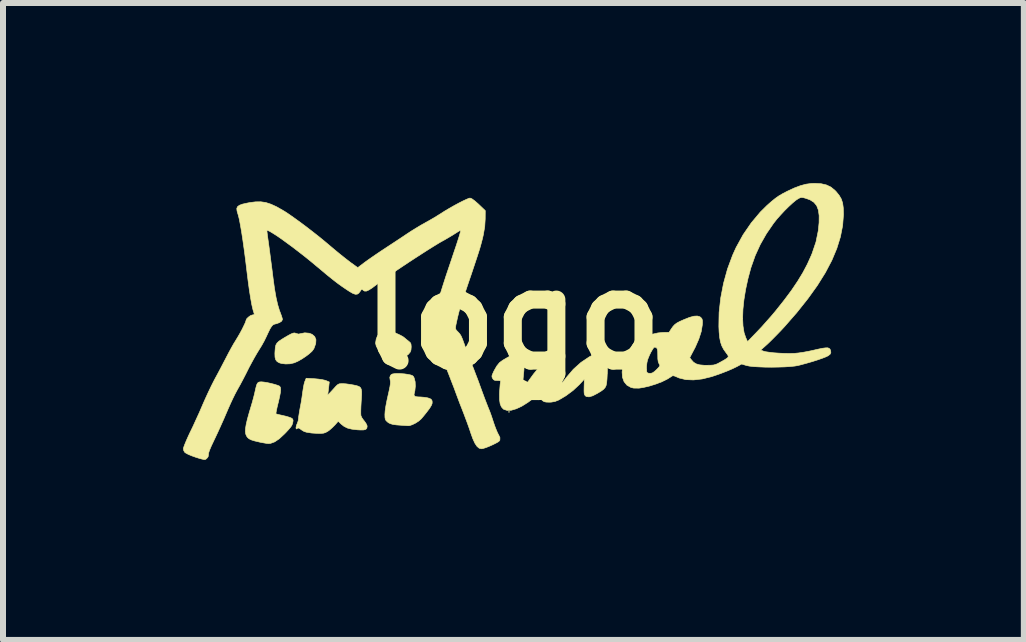
<source format=kicad_pcb>
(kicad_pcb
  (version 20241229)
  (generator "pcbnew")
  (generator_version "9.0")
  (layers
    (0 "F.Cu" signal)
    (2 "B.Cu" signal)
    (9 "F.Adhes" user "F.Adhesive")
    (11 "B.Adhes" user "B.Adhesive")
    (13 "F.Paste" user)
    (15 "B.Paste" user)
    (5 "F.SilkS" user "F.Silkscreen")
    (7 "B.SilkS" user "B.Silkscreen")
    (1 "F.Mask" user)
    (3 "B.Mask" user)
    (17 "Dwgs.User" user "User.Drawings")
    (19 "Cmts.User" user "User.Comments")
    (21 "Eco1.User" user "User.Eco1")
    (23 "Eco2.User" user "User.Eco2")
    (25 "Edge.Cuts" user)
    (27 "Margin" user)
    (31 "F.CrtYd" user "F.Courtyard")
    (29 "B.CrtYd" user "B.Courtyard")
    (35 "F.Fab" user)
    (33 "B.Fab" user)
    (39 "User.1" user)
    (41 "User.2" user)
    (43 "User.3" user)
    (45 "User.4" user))
  (footprint "logo"
    (layer "F.Cu")
    (at 5.494 2.268)
    (property "Reference" "logo" (at 0 0 0) (layer "F.SilkS") (effects (font (size 1.524 1.524) (thickness 0.3))))
    (attr through_hole)
    (fp_poly (pts (xy -0.056 1.545) (xy -0.064 1.552) (xy -0.071 1.545) (xy -0.064 1.538) (xy -0.056 1.545)) (stroke (width 0.01) (type solid)) (fill yes) (layer "F.SilkS"))
    (fp_poly (pts (xy -2.098 0.175) (xy -2.05 0.191) (xy -1.992 0.214) (xy -1.932 0.24) (xy -1.876 0.266) (xy -1.833 0.289) (xy -1.811 0.305) (xy -1.777 0.334) (xy -1.738 0.365) (xy -1.737 0.366) (xy -1.71 0.389) (xy -1.697 0.413) (xy -1.693 0.452) (xy -1.693 0.467) (xy -1.697 0.515) (xy -1.71 0.549) (xy -1.739 0.584) (xy -1.739 0.585) (xy -1.797 0.627) (xy -1.867 0.643) (xy -1.919 0.64) (xy -1.948 0.632) (xy -1.995 0.618) (xy -2.052 0.599) (xy -2.078 0.59) (xy -2.17 0.551) (xy -2.235 0.507) (xy -2.273 0.457) (xy -2.287 0.399) (xy -2.276 0.331) (xy -2.259 0.288) (xy -2.228 0.237) (xy -2.189 0.197) (xy -2.149 0.173) (xy -2.129 0.169) (xy -2.098 0.175)) (stroke (width 0.01) (type solid)) (fill yes) (layer "F.SilkS"))
    (fp_poly (pts (xy -3.392 0.234) (xy -3.345 0.252) (xy -3.301 0.289) (xy -3.28 0.341) (xy -3.284 0.407) (xy -3.312 0.485) (xy -3.319 0.498) (xy -3.345 0.533) (xy -3.391 0.575) (xy -3.45 0.62) (xy -3.515 0.663) (xy -3.58 0.7) (xy -3.639 0.726) (xy -3.642 0.727) (xy -3.71 0.743) (xy -3.785 0.746) (xy -3.854 0.738) (xy -3.89 0.727) (xy -3.927 0.706) (xy -3.95 0.676) (xy -3.962 0.633) (xy -3.964 0.57) (xy -3.962 0.534) (xy -3.957 0.474) (xy -3.948 0.431) (xy -3.929 0.398) (xy -3.897 0.367) (xy -3.847 0.334) (xy -3.812 0.312) (xy -3.745 0.273) (xy -3.697 0.247) (xy -3.663 0.233) (xy -3.639 0.229) (xy -3.618 0.234) (xy -3.608 0.238) (xy -3.57 0.248) (xy -3.537 0.241) (xy -3.466 0.227) (xy -3.392 0.234)) (stroke (width 0.01) (type solid)) (fill yes) (layer "F.SilkS"))
    (fp_poly (pts (xy -1.879 0.906) (xy -1.808 0.911) (xy -1.759 0.918) (xy -1.707 0.928) (xy -1.676 0.938) (xy -1.658 0.952) (xy -1.645 0.976) (xy -1.643 0.982) (xy -1.627 1.043) (xy -1.624 1.118) (xy -1.632 1.194) (xy -1.638 1.219) (xy -1.646 1.255) (xy -1.641 1.277) (xy -1.62 1.29) (xy -1.578 1.295) (xy -1.538 1.296) (xy -1.481 1.301) (xy -1.426 1.309) (xy -1.401 1.316) (xy -1.365 1.331) (xy -1.348 1.352) (xy -1.343 1.378) (xy -1.345 1.406) (xy -1.358 1.438) (xy -1.384 1.481) (xy -1.412 1.519) (xy -1.452 1.571) (xy -1.492 1.62) (xy -1.524 1.658) (xy -1.529 1.663) (xy -1.569 1.698) (xy -1.62 1.731) (xy -1.673 1.757) (xy -1.72 1.773) (xy -1.743 1.775) (xy -1.773 1.773) (xy -1.818 1.77) (xy -1.849 1.768) (xy -1.933 1.762) (xy -1.995 1.754) (xy -2.04 1.741) (xy -2.074 1.724) (xy -2.088 1.712) (xy -2.112 1.69) (xy -2.124 1.668) (xy -2.13 1.636) (xy -2.131 1.585) (xy -2.127 1.528) (xy -2.116 1.451) (xy -2.098 1.358) (xy -2.08 1.276) (xy -2.06 1.188) (xy -2.047 1.123) (xy -2.04 1.076) (xy -2.039 1.043) (xy -2.042 1.021) (xy -2.043 1.018) (xy -2.05 0.971) (xy -2.041 0.944) (xy -2.027 0.924) (xy -2.006 0.913) (xy -1.968 0.907) (xy -1.94 0.905) (xy -1.879 0.906)) (stroke (width 0.01) (type solid)) (fill yes) (layer "F.SilkS"))
    (fp_poly (pts (xy -4.145 1.048) (xy -4.089 1.057) (xy -4.027 1.071) (xy -3.968 1.086) (xy -3.918 1.102) (xy -3.888 1.115) (xy -3.884 1.118) (xy -3.872 1.137) (xy -3.868 1.17) (xy -3.872 1.22) (xy -3.885 1.289) (xy -3.906 1.382) (xy -3.91 1.397) (xy -3.926 1.462) (xy -3.938 1.518) (xy -3.945 1.557) (xy -3.947 1.575) (xy -3.946 1.576) (xy -3.93 1.582) (xy -3.894 1.591) (xy -3.844 1.602) (xy -3.836 1.604) (xy -3.78 1.617) (xy -3.729 1.632) (xy -3.695 1.645) (xy -3.694 1.645) (xy -3.668 1.663) (xy -3.661 1.687) (xy -3.664 1.711) (xy -3.671 1.742) (xy -3.683 1.771) (xy -3.704 1.801) (xy -3.736 1.839) (xy -3.783 1.89) (xy -3.809 1.916) (xy -3.892 1.993) (xy -3.968 2.044) (xy -4.036 2.069) (xy -4.071 2.072) (xy -4.105 2.069) (xy -4.156 2.06) (xy -4.215 2.049) (xy -4.226 2.046) (xy -4.303 2.028) (xy -4.357 2.011) (xy -4.395 1.992) (xy -4.421 1.969) (xy -4.437 1.945) (xy -4.45 1.913) (xy -4.456 1.872) (xy -4.453 1.819) (xy -4.442 1.751) (xy -4.422 1.665) (xy -4.392 1.557) (xy -4.363 1.46) (xy -4.341 1.386) (xy -4.32 1.308) (xy -4.302 1.238) (xy -4.297 1.214) (xy -4.281 1.143) (xy -4.268 1.095) (xy -4.254 1.066) (xy -4.237 1.051) (xy -4.214 1.045) (xy -4.187 1.044) (xy -4.145 1.048)) (stroke (width 0.01) (type solid)) (fill yes) (layer "F.SilkS"))
    (fp_poly (pts (xy -3.305 0.992) (xy -3.239 0.998) (xy -3.176 1.007) (xy -3.128 1.018) (xy -3.113 1.023) (xy -3.058 1.046) (xy -3.068 1.137) (xy -3.074 1.188) (xy -3.08 1.231) (xy -3.085 1.252) (xy -3.085 1.259) (xy -3.076 1.254) (xy -3.055 1.235) (xy -3.021 1.199) (xy -2.971 1.144) (xy -2.948 1.118) (xy -2.919 1.091) (xy -2.892 1.077) (xy -2.853 1.074) (xy -2.832 1.074) (xy -2.781 1.077) (xy -2.716 1.086) (xy -2.651 1.097) (xy -2.647 1.098) (xy -2.598 1.109) (xy -2.563 1.121) (xy -2.54 1.138) (xy -2.526 1.164) (xy -2.519 1.204) (xy -2.519 1.261) (xy -2.524 1.341) (xy -2.527 1.386) (xy -2.531 1.459) (xy -2.533 1.524) (xy -2.533 1.575) (xy -2.531 1.606) (xy -2.53 1.608) (xy -2.516 1.64) (xy -2.489 1.679) (xy -2.474 1.697) (xy -2.447 1.735) (xy -2.43 1.77) (xy -2.427 1.783) (xy -2.432 1.815) (xy -2.449 1.835) (xy -2.483 1.845) (xy -2.538 1.846) (xy -2.591 1.843) (xy -2.683 1.832) (xy -2.755 1.814) (xy -2.813 1.785) (xy -2.862 1.746) (xy -2.909 1.7) (xy -2.962 1.761) (xy -3.006 1.805) (xy -3.055 1.848) (xy -3.077 1.864) (xy -3.117 1.887) (xy -3.153 1.899) (xy -3.198 1.903) (xy -3.231 1.903) (xy -3.285 1.901) (xy -3.333 1.898) (xy -3.358 1.896) (xy -3.399 1.889) (xy -3.439 1.883) (xy -3.481 1.869) (xy -3.523 1.843) (xy -3.528 1.839) (xy -3.558 1.817) (xy -3.579 1.813) (xy -3.592 1.821) (xy -3.607 1.829) (xy -3.612 1.815) (xy -3.612 1.804) (xy -3.604 1.767) (xy -3.591 1.736) (xy -3.576 1.694) (xy -3.571 1.658) (xy -3.568 1.626) (xy -3.56 1.575) (xy -3.55 1.513) (xy -3.543 1.475) (xy -3.528 1.396) (xy -3.514 1.309) (xy -3.503 1.23) (xy -3.5 1.208) (xy -3.49 1.145) (xy -3.479 1.086) (xy -3.467 1.042) (xy -3.463 1.033) (xy -3.443 0.984) (xy -3.305 0.992)) (stroke (width 0.01) (type solid)) (fill yes) (layer "F.SilkS"))
    (fp_poly (pts (xy 1.471 0.555) (xy 1.501 0.569) (xy 1.514 0.579) (xy 1.54 0.604) (xy 1.559 0.636) (xy 1.571 0.678) (xy 1.576 0.735) (xy 1.577 0.812) (xy 1.574 0.912) (xy 1.573 0.914) (xy 1.569 0.999) (xy 1.563 1.061) (xy 1.554 1.106) (xy 1.537 1.14) (xy 1.511 1.169) (xy 1.473 1.197) (xy 1.419 1.23) (xy 1.409 1.236) (xy 1.332 1.276) (xy 1.271 1.294) (xy 1.227 1.289) (xy 1.208 1.277) (xy 1.196 1.26) (xy 1.189 1.235) (xy 1.187 1.196) (xy 1.188 1.136) (xy 1.188 1.125) (xy 1.192 0.999) (xy 1.108 1.09) (xy 1.004 1.187) (xy 0.884 1.276) (xy 0.766 1.346) (xy 0.703 1.371) (xy 0.638 1.382) (xy 0.606 1.383) (xy 0.555 1.381) (xy 0.522 1.374) (xy 0.496 1.358) (xy 0.479 1.342) (xy 0.453 1.31) (xy 0.438 1.284) (xy 0.437 1.278) (xy 0.435 1.261) (xy 0.425 1.259) (xy 0.403 1.272) (xy 0.364 1.302) (xy 0.362 1.304) (xy 0.253 1.385) (xy 0.151 1.449) (xy 0.057 1.493) (xy -0.025 1.517) (xy -0.095 1.52) (xy -0.15 1.502) (xy -0.16 1.495) (xy -0.191 1.46) (xy -0.211 1.41) (xy -0.221 1.342) (xy -0.222 1.251) (xy -0.22 1.203) (xy -0.215 1.14) (xy -0.211 1.087) (xy -0.206 1.051) (xy -0.204 1.039) (xy -0.206 1.027) (xy -0.23 1.022) (xy -0.256 1.022) (xy -0.297 1.02) (xy -0.321 1.008) (xy -0.336 0.987) (xy -0.346 0.966) (xy -0.348 0.946) (xy -0.339 0.918) (xy -0.32 0.875) (xy -0.311 0.857) (xy -0.267 0.78) (xy -0.222 0.724) (xy -0.171 0.686) (xy -0.146 0.671) (xy -0.105 0.647) (xy -0.056 0.62) (xy -0.054 0.618) (xy 0.012 0.582) (xy 0.061 0.561) (xy 0.098 0.555) (xy 0.126 0.562) (xy 0.149 0.579) (xy 0.168 0.601) (xy 0.182 0.628) (xy 0.19 0.663) (xy 0.193 0.711) (xy 0.19 0.776) (xy 0.184 0.862) (xy 0.177 0.931) (xy 0.17 1.009) (xy 0.164 1.075) (xy 0.16 1.127) (xy 0.159 1.158) (xy 0.159 1.166) (xy 0.168 1.156) (xy 0.191 1.128) (xy 0.223 1.084) (xy 0.263 1.028) (xy 0.284 0.998) (xy 0.348 0.91) (xy 0.404 0.842) (xy 0.458 0.788) (xy 0.516 0.743) (xy 0.584 0.701) (xy 0.622 0.68) (xy 0.685 0.65) (xy 0.732 0.637) (xy 0.768 0.642) (xy 0.797 0.662) (xy 0.799 0.665) (xy 0.813 0.688) (xy 0.822 0.723) (xy 0.825 0.774) (xy 0.823 0.843) (xy 0.816 0.936) (xy 0.815 0.956) (xy 0.81 1.014) (xy 0.81 1.047) (xy 0.819 1.056) (xy 0.837 1.041) (xy 0.869 1.002) (xy 0.893 0.97) (xy 1.009 0.834) (xy 1.135 0.721) (xy 1.275 0.627) (xy 1.337 0.595) (xy 1.396 0.567) (xy 1.438 0.554) (xy 1.471 0.555)) (stroke (width 0.01) (type solid)) (fill yes) (layer "F.SilkS"))
    (fp_poly (pts (xy 5.137 -2.257) (xy 5.224 -2.237) (xy 5.298 -2.202) (xy 5.365 -2.148) (xy 5.389 -2.123) (xy 5.438 -2.062) (xy 5.473 -2.002) (xy 5.495 -1.935) (xy 5.506 -1.854) (xy 5.509 -1.753) (xy 5.509 -1.743) (xy 5.495 -1.559) (xy 5.458 -1.371) (xy 5.398 -1.178) (xy 5.315 -0.98) (xy 5.207 -0.775) (xy 5.074 -0.562) (xy 4.916 -0.342) (xy 4.733 -0.112) (xy 4.527 0.124) (xy 4.462 0.194) (xy 4.393 0.265) (xy 4.327 0.332) (xy 4.27 0.388) (xy 4.244 0.413) (xy 4.131 0.514) (xy 4.174 0.532) (xy 4.212 0.542) (xy 4.273 0.551) (xy 4.349 0.56) (xy 4.435 0.566) (xy 4.523 0.57) (xy 4.608 0.571) (xy 4.684 0.57) (xy 4.685 0.57) (xy 4.759 0.563) (xy 4.847 0.55) (xy 4.937 0.533) (xy 4.988 0.522) (xy 5.084 0.5) (xy 5.156 0.485) (xy 5.209 0.478) (xy 5.245 0.477) (xy 5.269 0.485) (xy 5.284 0.499) (xy 5.292 0.515) (xy 5.299 0.553) (xy 5.287 0.583) (xy 5.253 0.61) (xy 5.215 0.628) (xy 5.159 0.65) (xy 5.082 0.677) (xy 4.991 0.706) (xy 4.894 0.734) (xy 4.798 0.76) (xy 4.755 0.771) (xy 4.698 0.781) (xy 4.619 0.789) (xy 4.525 0.795) (xy 4.422 0.798) (xy 4.313 0.8) (xy 4.206 0.799) (xy 4.105 0.795) (xy 4.015 0.79) (xy 3.943 0.782) (xy 3.894 0.772) (xy 3.893 0.772) (xy 3.813 0.747) (xy 3.733 0.79) (xy 3.661 0.825) (xy 3.57 0.864) (xy 3.469 0.903) (xy 3.367 0.939) (xy 3.309 0.958) (xy 3.153 0.996) (xy 3.011 1.012) (xy 2.883 1.007) (xy 2.772 0.98) (xy 2.742 0.967) (xy 2.7 0.949) (xy 2.674 0.942) (xy 2.656 0.945) (xy 2.636 0.959) (xy 2.636 0.959) (xy 2.57 1) (xy 2.484 1.042) (xy 2.385 1.08) (xy 2.28 1.113) (xy 2.178 1.137) (xy 2.103 1.149) (xy 2.014 1.148) (xy 1.968 1.137) (xy 1.901 1.099) (xy 1.854 1.042) (xy 1.827 0.968) (xy 1.821 0.878) (xy 1.828 0.834) (xy 2.227 0.834) (xy 2.231 0.874) (xy 2.236 0.888) (xy 2.255 0.899) (xy 2.289 0.903) (xy 2.322 0.897) (xy 2.358 0.874) (xy 2.395 0.84) (xy 2.429 0.805) (xy 2.446 0.782) (xy 2.449 0.766) (xy 2.44 0.747) (xy 2.436 0.742) (xy 2.423 0.71) (xy 2.416 0.662) (xy 2.415 0.599) (xy 2.414 0.536) (xy 2.407 0.496) (xy 2.392 0.474) (xy 2.368 0.466) (xy 2.36 0.466) (xy 2.345 0.478) (xy 2.324 0.51) (xy 2.298 0.555) (xy 2.273 0.608) (xy 2.251 0.662) (xy 2.244 0.682) (xy 2.234 0.728) (xy 2.228 0.782) (xy 2.227 0.834) (xy 1.828 0.834) (xy 1.837 0.773) (xy 1.85 0.725) (xy 1.878 0.646) (xy 1.915 0.564) (xy 1.956 0.489) (xy 1.996 0.427) (xy 2.016 0.404) (xy 2.069 0.361) (xy 2.143 0.319) (xy 2.231 0.281) (xy 2.325 0.25) (xy 2.417 0.229) (xy 2.498 0.221) (xy 2.603 0.219) (xy 2.64 0.162) (xy 2.669 0.121) (xy 2.698 0.09) (xy 2.733 0.064) (xy 2.781 0.038) (xy 2.849 0.008) (xy 2.851 0.007) (xy 2.944 -0.03) (xy 3.018 -0.05) (xy 3.074 -0.053) (xy 3.116 -0.041) (xy 3.133 -0.028) (xy 3.15 -0.008) (xy 3.158 0.016) (xy 3.16 0.051) (xy 3.157 0.097) (xy 3.139 0.207) (xy 3.099 0.331) (xy 3.04 0.466) (xy 3.012 0.519) (xy 2.948 0.641) (xy 2.975 0.677) (xy 3.012 0.718) (xy 3.057 0.745) (xy 3.114 0.761) (xy 3.19 0.768) (xy 3.232 0.768) (xy 3.297 0.767) (xy 3.342 0.764) (xy 3.378 0.755) (xy 3.414 0.74) (xy 3.458 0.716) (xy 3.521 0.681) (xy 3.562 0.655) (xy 3.584 0.636) (xy 3.59 0.618) (xy 3.581 0.597) (xy 3.561 0.57) (xy 3.552 0.558) (xy 3.511 0.5) (xy 3.481 0.442) (xy 3.46 0.379) (xy 3.446 0.305) (xy 3.437 0.213) (xy 3.433 0.12) (xy 3.435 -0.017) (xy 3.829 -0.017) (xy 3.835 0.113) (xy 3.853 0.224) (xy 3.88 0.305) (xy 3.911 0.374) (xy 4.074 0.205) (xy 4.146 0.129) (xy 4.225 0.04) (xy 4.305 -0.05) (xy 4.375 -0.133) (xy 4.387 -0.148) (xy 4.526 -0.323) (xy 4.645 -0.483) (xy 4.746 -0.633) (xy 4.833 -0.776) (xy 4.907 -0.916) (xy 4.97 -1.056) (xy 4.986 -1.094) (xy 5.051 -1.286) (xy 5.09 -1.477) (xy 5.103 -1.61) (xy 5.104 -1.725) (xy 5.091 -1.818) (xy 5.063 -1.891) (xy 5.017 -1.947) (xy 4.953 -1.988) (xy 4.887 -2.012) (xy 4.841 -2.025) (xy 4.81 -2.028) (xy 4.786 -2.023) (xy 4.757 -2.009) (xy 4.715 -1.981) (xy 4.661 -1.936) (xy 4.597 -1.877) (xy 4.53 -1.811) (xy 4.464 -1.74) (xy 4.402 -1.671) (xy 4.351 -1.606) (xy 4.348 -1.603) (xy 4.225 -1.424) (xy 4.123 -1.245) (xy 4.038 -1.059) (xy 3.967 -0.858) (xy 3.918 -0.676) (xy 3.879 -0.497) (xy 3.851 -0.325) (xy 3.834 -0.164) (xy 3.829 -0.017) (xy 3.435 -0.017) (xy 3.437 -0.113) (xy 3.464 -0.354) (xy 3.511 -0.598) (xy 3.577 -0.837) (xy 3.662 -1.066) (xy 3.72 -1.194) (xy 3.837 -1.407) (xy 3.973 -1.605) (xy 4.123 -1.784) (xy 4.237 -1.897) (xy 4.311 -1.962) (xy 4.374 -2.013) (xy 4.432 -2.054) (xy 4.495 -2.091) (xy 4.57 -2.13) (xy 4.572 -2.131) (xy 4.69 -2.186) (xy 4.791 -2.224) (xy 4.883 -2.249) (xy 4.971 -2.261) (xy 5.031 -2.263) (xy 5.137 -2.257)) (stroke (width 0.01) (type solid)) (fill yes) (layer "F.SilkS"))
    (fp_poly (pts (xy -0.683 -2.007) (xy -0.636 -1.973) (xy -0.573 -1.918) (xy -0.569 -1.914) (xy -0.459 -1.809) (xy -0.46 -1.67) (xy -0.468 -1.542) (xy -0.491 -1.408) (xy -0.499 -1.372) (xy -0.509 -1.33) (xy -0.519 -1.291) (xy -0.529 -1.254) (xy -0.54 -1.214) (xy -0.553 -1.169) (xy -0.57 -1.116) (xy -0.591 -1.051) (xy -0.617 -0.972) (xy -0.649 -0.876) (xy -0.688 -0.759) (xy -0.736 -0.619) (xy -0.74 -0.607) (xy -0.773 -0.509) (xy -0.803 -0.417) (xy -0.83 -0.337) (xy -0.853 -0.271) (xy -0.868 -0.223) (xy -0.876 -0.2) (xy -0.888 -0.158) (xy -0.904 -0.097) (xy -0.921 -0.028) (xy -0.936 0.041) (xy -0.949 0.1) (xy -0.951 0.116) (xy -0.955 0.15) (xy -0.947 0.175) (xy -0.923 0.203) (xy -0.91 0.215) (xy -0.884 0.244) (xy -0.861 0.281) (xy -0.838 0.333) (xy -0.812 0.406) (xy -0.811 0.407) (xy -0.786 0.478) (xy -0.755 0.564) (xy -0.72 0.656) (xy -0.687 0.741) (xy -0.685 0.746) (xy -0.652 0.83) (xy -0.618 0.92) (xy -0.585 1.005) (xy -0.559 1.075) (xy -0.558 1.079) (xy -0.512 1.205) (xy -0.472 1.313) (xy -0.439 1.399) (xy -0.414 1.463) (xy -0.398 1.503) (xy -0.393 1.514) (xy -0.384 1.537) (xy -0.368 1.58) (xy -0.348 1.638) (xy -0.326 1.705) (xy -0.324 1.712) (xy -0.3 1.781) (xy -0.276 1.843) (xy -0.255 1.892) (xy -0.24 1.921) (xy -0.239 1.922) (xy -0.215 1.971) (xy -0.216 2.015) (xy -0.223 2.027) (xy -0.242 2.043) (xy -0.281 2.065) (xy -0.333 2.091) (xy -0.389 2.116) (xy -0.444 2.138) (xy -0.49 2.153) (xy -0.52 2.159) (xy -0.52 2.159) (xy -0.56 2.15) (xy -0.596 2.12) (xy -0.631 2.068) (xy -0.666 1.992) (xy -0.698 1.903) (xy -0.726 1.819) (xy -0.76 1.724) (xy -0.795 1.631) (xy -0.814 1.58) (xy -0.845 1.5) (xy -0.882 1.406) (xy -0.918 1.31) (xy -0.946 1.235) (xy -0.979 1.145) (xy -1.018 1.045) (xy -1.056 0.946) (xy -1.084 0.875) (xy -1.114 0.796) (xy -1.146 0.712) (xy -1.173 0.636) (xy -1.193 0.579) (xy -1.217 0.512) (xy -1.241 0.462) (xy -1.272 0.42) (xy -1.301 0.389) (xy -1.335 0.349) (xy -1.36 0.313) (xy -1.369 0.289) (xy -1.366 0.263) (xy -1.358 0.217) (xy -1.346 0.159) (xy -1.341 0.133) (xy -1.326 0.067) (xy -1.308 -0.016) (xy -1.29 -0.104) (xy -1.276 -0.169) (xy -1.26 -0.24) (xy -1.234 -0.334) (xy -1.2 -0.448) (xy -1.159 -0.579) (xy -1.112 -0.725) (xy -1.078 -0.826) (xy -1.026 -0.98) (xy -0.983 -1.109) (xy -0.947 -1.215) (xy -0.919 -1.301) (xy -0.898 -1.367) (xy -0.883 -1.417) (xy -0.874 -1.451) (xy -0.869 -1.471) (xy -0.869 -1.481) (xy -0.871 -1.482) (xy -0.885 -1.474) (xy -0.917 -1.455) (xy -0.958 -1.429) (xy -0.958 -1.429) (xy -1.009 -1.397) (xy -1.073 -1.359) (xy -1.138 -1.321) (xy -1.155 -1.312) (xy -1.219 -1.276) (xy -1.301 -1.226) (xy -1.399 -1.165) (xy -1.507 -1.096) (xy -1.623 -1.021) (xy -1.741 -0.944) (xy -1.858 -0.866) (xy -1.971 -0.79) (xy -2.074 -0.719) (xy -2.164 -0.656) (xy -2.236 -0.602) (xy -2.274 -0.574) (xy -2.345 -0.52) (xy -2.399 -0.486) (xy -2.439 -0.468) (xy -2.47 -0.468) (xy -2.493 -0.482) (xy -2.498 -0.487) (xy -2.512 -0.499) (xy -2.525 -0.491) (xy -2.542 -0.466) (xy -2.566 -0.434) (xy -2.592 -0.417) (xy -2.624 -0.415) (xy -2.666 -0.43) (xy -2.723 -0.463) (xy -2.782 -0.502) (xy -2.848 -0.547) (xy -2.908 -0.59) (xy -2.967 -0.635) (xy -3.03 -0.685) (xy -3.102 -0.743) (xy -3.186 -0.814) (xy -3.267 -0.881) (xy -3.364 -0.962) (xy -3.464 -1.043) (xy -3.567 -1.123) (xy -3.667 -1.2) (xy -3.764 -1.271) (xy -3.853 -1.336) (xy -3.933 -1.391) (xy -4.001 -1.434) (xy -4.053 -1.465) (xy -4.088 -1.48) (xy -4.096 -1.482) (xy -4.097 -1.469) (xy -4.093 -1.435) (xy -4.087 -1.385) (xy -4.084 -1.365) (xy -4.07 -1.266) (xy -4.053 -1.141) (xy -4.034 -0.994) (xy -4.012 -0.827) (xy -3.993 -0.674) (xy -3.97 -0.506) (xy -3.945 -0.363) (xy -3.918 -0.244) (xy -3.888 -0.144) (xy -3.874 -0.109) (xy -3.856 -0.06) (xy -3.843 -0.019) (xy -3.838 0.004) (xy -3.851 0.032) (xy -3.886 0.056) (xy -3.937 0.075) (xy -3.951 0.078) (xy -3.977 0.085) (xy -4 0.098) (xy -4.021 0.123) (xy -4.045 0.161) (xy -4.073 0.218) (xy -4.107 0.291) (xy -4.14 0.359) (xy -4.182 0.435) (xy -4.225 0.505) (xy -4.232 0.516) (xy -4.265 0.57) (xy -4.306 0.641) (xy -4.35 0.721) (xy -4.394 0.803) (xy -4.409 0.833) (xy -4.446 0.907) (xy -4.482 0.977) (xy -4.513 1.036) (xy -4.536 1.079) (xy -4.544 1.094) (xy -4.589 1.174) (xy -4.628 1.247) (xy -4.663 1.318) (xy -4.699 1.395) (xy -4.739 1.485) (xy -4.774 1.566) (xy -4.816 1.664) (xy -4.864 1.771) (xy -4.912 1.877) (xy -4.957 1.973) (xy -4.979 2.019) (xy -5.023 2.112) (xy -5.053 2.183) (xy -5.069 2.231) (xy -5.071 2.254) (xy -5.076 2.29) (xy -5.093 2.313) (xy -5.111 2.33) (xy -5.126 2.338) (xy -5.147 2.338) (xy -5.182 2.33) (xy -5.214 2.322) (xy -5.284 2.3) (xy -5.351 2.276) (xy -5.41 2.251) (xy -5.452 2.228) (xy -5.465 2.219) (xy -5.483 2.189) (xy -5.489 2.157) (xy -5.483 2.133) (xy -5.466 2.087) (xy -5.441 2.026) (xy -5.409 1.954) (xy -5.372 1.875) (xy -5.371 1.874) (xy -5.324 1.776) (xy -5.274 1.666) (xy -5.223 1.555) (xy -5.179 1.453) (xy -5.158 1.404) (xy -5.117 1.312) (xy -5.071 1.212) (xy -5.024 1.114) (xy -4.981 1.029) (xy -4.967 1.002) (xy -4.922 0.919) (xy -4.871 0.823) (xy -4.82 0.725) (xy -4.774 0.637) (xy -4.773 0.635) (xy -4.733 0.558) (xy -4.69 0.479) (xy -4.65 0.408) (xy -4.616 0.353) (xy -4.61 0.343) (xy -4.579 0.292) (xy -4.545 0.233) (xy -4.512 0.172) (xy -4.483 0.113) (xy -4.46 0.064) (xy -4.447 0.029) (xy -4.445 0.019) (xy -4.434 -0.006) (xy -4.406 -0.034) (xy -4.372 -0.059) (xy -4.341 -0.07) (xy -4.337 -0.071) (xy -4.311 -0.075) (xy -4.309 -0.091) (xy -4.309 -0.092) (xy -4.328 -0.153) (xy -4.348 -0.238) (xy -4.368 -0.349) (xy -4.39 -0.487) (xy -4.412 -0.65) (xy -4.431 -0.804) (xy -4.454 -0.995) (xy -4.477 -1.169) (xy -4.499 -1.325) (xy -4.52 -1.461) (xy -4.54 -1.575) (xy -4.557 -1.665) (xy -4.573 -1.73) (xy -4.58 -1.752) (xy -4.595 -1.804) (xy -4.599 -1.845) (xy -4.586 -1.875) (xy -4.555 -1.898) (xy -4.504 -1.917) (xy -4.428 -1.934) (xy -4.382 -1.943) (xy -4.286 -1.955) (xy -4.199 -1.956) (xy -4.116 -1.944) (xy -4.03 -1.916) (xy -3.936 -1.873) (xy -3.829 -1.812) (xy -3.794 -1.791) (xy -3.726 -1.746) (xy -3.641 -1.686) (xy -3.544 -1.616) (xy -3.441 -1.539) (xy -3.336 -1.458) (xy -3.234 -1.378) (xy -3.141 -1.302) (xy -3.072 -1.244) (xy -2.976 -1.163) (xy -2.879 -1.083) (xy -2.786 -1.009) (xy -2.703 -0.945) (xy -2.635 -0.896) (xy -2.628 -0.891) (xy -2.583 -0.859) (xy -2.473 -0.943) (xy -2.423 -0.979) (xy -2.356 -1.026) (xy -2.279 -1.079) (xy -2.199 -1.133) (xy -2.152 -1.164) (xy -2.067 -1.22) (xy -1.974 -1.281) (xy -1.883 -1.341) (xy -1.802 -1.395) (xy -1.771 -1.416) (xy -1.695 -1.466) (xy -1.611 -1.518) (xy -1.531 -1.566) (xy -1.463 -1.604) (xy -1.462 -1.605) (xy -1.388 -1.646) (xy -1.307 -1.693) (xy -1.233 -1.739) (xy -1.202 -1.758) (xy -1.132 -1.803) (xy -1.054 -1.849) (xy -0.975 -1.894) (xy -0.899 -1.935) (xy -0.83 -1.97) (xy -0.772 -1.997) (xy -0.731 -2.014) (xy -0.713 -2.018) (xy -0.683 -2.007)) (stroke (width 0.01) (type solid)) (fill yes) (layer "F.SilkS")))
  (gr_rect
    (start -3 -3)
    (end 14.008 7.612)
    (stroke (width 0.1) (type default))
    (fill no)
    (layer "Edge.Cuts")))
</source>
